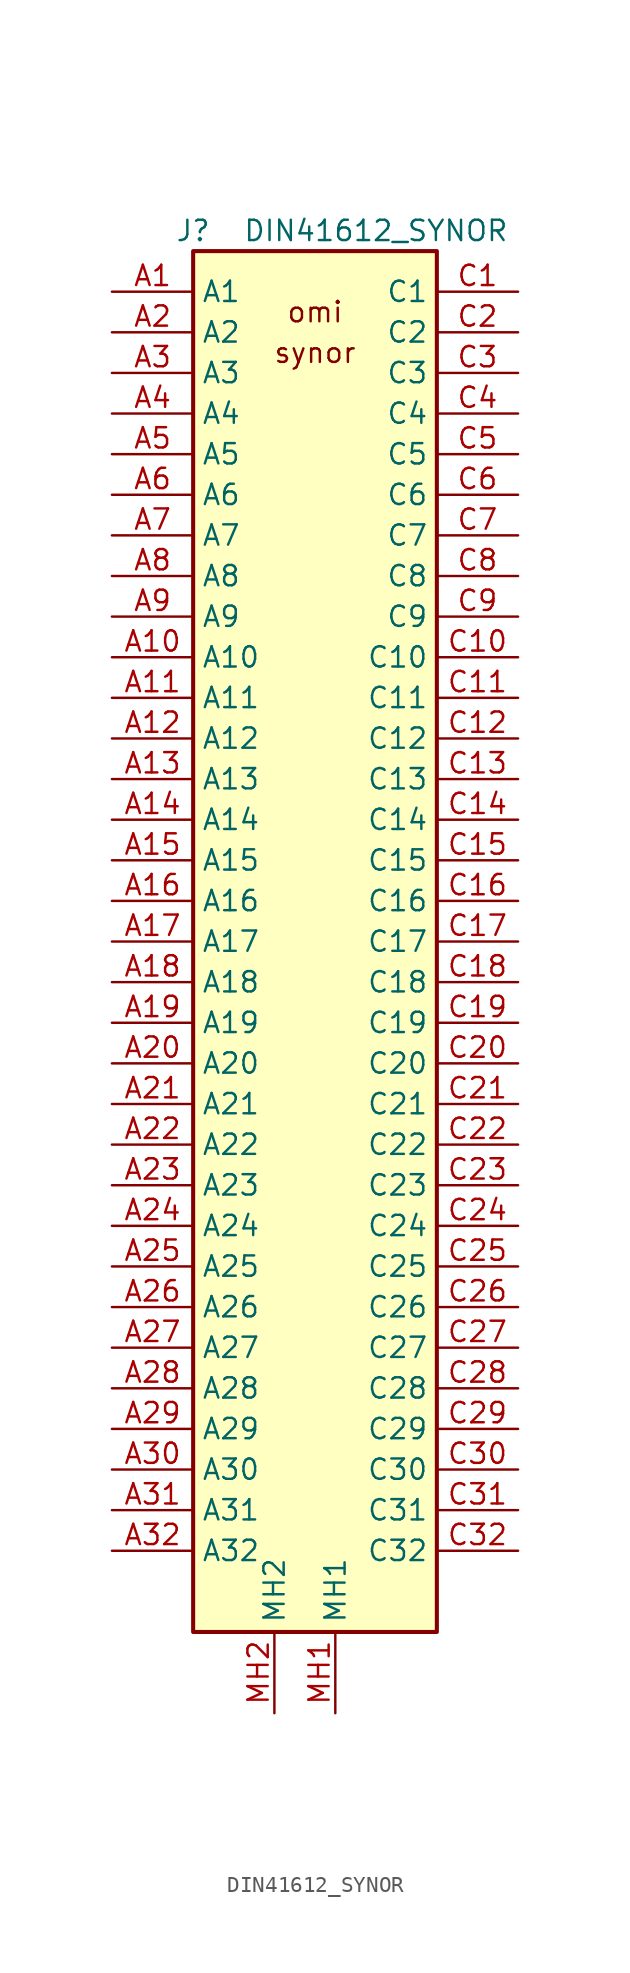
<source format=kicad_sym>
(kicad_symbol_lib
  (version 20220914)
  (generator kicad_symbol_editor)
  (symbol "DIN41612_SYNOR"
    (property "Reference" "J"
      (at 5.08 3.81 0)
      (effects (font (size 1.27 1.27))))
    (property "Value" "DIN41612_SYNOR"
      (at 16.51 3.81 0)
      (effects (font (size 1.27 1.27))))
    (symbol "DIN41612_SYNOR_1_1"
      (rectangle (start 5.08 2.54) (end 20.32 -83.82) (stroke (width 0.254) (type default)) (fill (type background)))
      (text "omi" (at 12.7 -1.27 0) (effects (font (size 1.27 1.27))))
      (text "synor" (at 12.7 -3.81 0) (effects (font (size 1.27 1.27))))
      (pin passive line (at 0 0 0) (length 5.08) (name "A1" (effects (font (size 1.27 1.27)))) (number "A1" (effects (font (size 1.27 1.27)))))
      (pin passive line (at 0 -22.86 0) (length 5.08) (name "A10" (effects (font (size 1.27 1.27)))) (number "A10" (effects (font (size 1.27 1.27)))))
      (pin passive line (at 0 -25.4 0) (length 5.08) (name "A11" (effects (font (size 1.27 1.27)))) (number "A11" (effects (font (size 1.27 1.27)))))
      (pin passive line (at 0 -27.94 0) (length 5.08) (name "A12" (effects (font (size 1.27 1.27)))) (number "A12" (effects (font (size 1.27 1.27)))))
      (pin passive line (at 0 -30.48 0) (length 5.08) (name "A13" (effects (font (size 1.27 1.27)))) (number "A13" (effects (font (size 1.27 1.27)))))
      (pin passive line (at 0 -33.02 0) (length 5.08) (name "A14" (effects (font (size 1.27 1.27)))) (number "A14" (effects (font (size 1.27 1.27)))))
      (pin passive line (at 0 -35.56 0) (length 5.08) (name "A15" (effects (font (size 1.27 1.27)))) (number "A15" (effects (font (size 1.27 1.27)))))
      (pin passive line (at 0 -38.1 0) (length 5.08) (name "A16" (effects (font (size 1.27 1.27)))) (number "A16" (effects (font (size 1.27 1.27)))))
      (pin passive line (at 0 -40.64 0) (length 5.08) (name "A17" (effects (font (size 1.27 1.27)))) (number "A17" (effects (font (size 1.27 1.27)))))
      (pin passive line (at 0 -43.18 0) (length 5.08) (name "A18" (effects (font (size 1.27 1.27)))) (number "A18" (effects (font (size 1.27 1.27)))))
      (pin passive line (at 0 -45.72 0) (length 5.08) (name "A19" (effects (font (size 1.27 1.27)))) (number "A19" (effects (font (size 1.27 1.27)))))
      (pin passive line (at 0 -2.54 0) (length 5.08) (name "A2" (effects (font (size 1.27 1.27)))) (number "A2" (effects (font (size 1.27 1.27)))))
      (pin passive line (at 0 -48.26 0) (length 5.08) (name "A20" (effects (font (size 1.27 1.27)))) (number "A20" (effects (font (size 1.27 1.27)))))
      (pin passive line (at 0 -50.8 0) (length 5.08) (name "A21" (effects (font (size 1.27 1.27)))) (number "A21" (effects (font (size 1.27 1.27)))))
      (pin passive line (at 0 -53.34 0) (length 5.08) (name "A22" (effects (font (size 1.27 1.27)))) (number "A22" (effects (font (size 1.27 1.27)))))
      (pin passive line (at 0 -55.88 0) (length 5.08) (name "A23" (effects (font (size 1.27 1.27)))) (number "A23" (effects (font (size 1.27 1.27)))))
      (pin passive line (at 0 -58.42 0) (length 5.08) (name "A24" (effects (font (size 1.27 1.27)))) (number "A24" (effects (font (size 1.27 1.27)))))
      (pin passive line (at 0 -60.96 0) (length 5.08) (name "A25" (effects (font (size 1.27 1.27)))) (number "A25" (effects (font (size 1.27 1.27)))))
      (pin passive line (at 0 -63.5 0) (length 5.08) (name "A26" (effects (font (size 1.27 1.27)))) (number "A26" (effects (font (size 1.27 1.27)))))
      (pin passive line (at 0 -66.04 0) (length 5.08) (name "A27" (effects (font (size 1.27 1.27)))) (number "A27" (effects (font (size 1.27 1.27)))))
      (pin passive line (at 0 -68.58 0) (length 5.08) (name "A28" (effects (font (size 1.27 1.27)))) (number "A28" (effects (font (size 1.27 1.27)))))
      (pin passive line (at 0 -71.12 0) (length 5.08) (name "A29" (effects (font (size 1.27 1.27)))) (number "A29" (effects (font (size 1.27 1.27)))))
      (pin passive line (at 0 -5.08 0) (length 5.08) (name "A3" (effects (font (size 1.27 1.27)))) (number "A3" (effects (font (size 1.27 1.27)))))
      (pin passive line (at 0 -73.66 0) (length 5.08) (name "A30" (effects (font (size 1.27 1.27)))) (number "A30" (effects (font (size 1.27 1.27)))))
      (pin passive line (at 0 -76.2 0) (length 5.08) (name "A31" (effects (font (size 1.27 1.27)))) (number "A31" (effects (font (size 1.27 1.27)))))
      (pin passive line (at 0 -78.74 0) (length 5.08) (name "A32" (effects (font (size 1.27 1.27)))) (number "A32" (effects (font (size 1.27 1.27)))))
      (pin passive line (at 0 -7.62 0) (length 5.08) (name "A4" (effects (font (size 1.27 1.27)))) (number "A4" (effects (font (size 1.27 1.27)))))
      (pin passive line (at 0 -10.16 0) (length 5.08) (name "A5" (effects (font (size 1.27 1.27)))) (number "A5" (effects (font (size 1.27 1.27)))))
      (pin passive line (at 0 -12.7 0) (length 5.08) (name "A6" (effects (font (size 1.27 1.27)))) (number "A6" (effects (font (size 1.27 1.27)))))
      (pin passive line (at 0 -15.24 0) (length 5.08) (name "A7" (effects (font (size 1.27 1.27)))) (number "A7" (effects (font (size 1.27 1.27)))))
      (pin passive line (at 0 -17.78 0) (length 5.08) (name "A8" (effects (font (size 1.27 1.27)))) (number "A8" (effects (font (size 1.27 1.27)))))
      (pin passive line (at 0 -20.32 0) (length 5.08) (name "A9" (effects (font (size 1.27 1.27)))) (number "A9" (effects (font (size 1.27 1.27)))))
      (pin passive line (at 25.4 0 180) (length 5.08) (name "C1" (effects (font (size 1.27 1.27)))) (number "C1" (effects (font (size 1.27 1.27)))))
      (pin passive line (at 25.4 -22.86 180) (length 5.08) (name "C10" (effects (font (size 1.27 1.27)))) (number "C10" (effects (font (size 1.27 1.27)))))
      (pin passive line (at 25.4 -25.4 180) (length 5.08) (name "C11" (effects (font (size 1.27 1.27)))) (number "C11" (effects (font (size 1.27 1.27)))))
      (pin passive line (at 25.4 -27.94 180) (length 5.08) (name "C12" (effects (font (size 1.27 1.27)))) (number "C12" (effects (font (size 1.27 1.27)))))
      (pin passive line (at 25.4 -30.48 180) (length 5.08) (name "C13" (effects (font (size 1.27 1.27)))) (number "C13" (effects (font (size 1.27 1.27)))))
      (pin passive line (at 25.4 -33.02 180) (length 5.08) (name "C14" (effects (font (size 1.27 1.27)))) (number "C14" (effects (font (size 1.27 1.27)))))
      (pin passive line (at 25.4 -35.56 180) (length 5.08) (name "C15" (effects (font (size 1.27 1.27)))) (number "C15" (effects (font (size 1.27 1.27)))))
      (pin passive line (at 25.4 -38.1 180) (length 5.08) (name "C16" (effects (font (size 1.27 1.27)))) (number "C16" (effects (font (size 1.27 1.27)))))
      (pin passive line (at 25.4 -40.64 180) (length 5.08) (name "C17" (effects (font (size 1.27 1.27)))) (number "C17" (effects (font (size 1.27 1.27)))))
      (pin passive line (at 25.4 -43.18 180) (length 5.08) (name "C18" (effects (font (size 1.27 1.27)))) (number "C18" (effects (font (size 1.27 1.27)))))
      (pin passive line (at 25.4 -45.72 180) (length 5.08) (name "C19" (effects (font (size 1.27 1.27)))) (number "C19" (effects (font (size 1.27 1.27)))))
      (pin passive line (at 25.4 -2.54 180) (length 5.08) (name "C2" (effects (font (size 1.27 1.27)))) (number "C2" (effects (font (size 1.27 1.27)))))
      (pin passive line (at 25.4 -48.26 180) (length 5.08) (name "C20" (effects (font (size 1.27 1.27)))) (number "C20" (effects (font (size 1.27 1.27)))))
      (pin passive line (at 25.4 -50.8 180) (length 5.08) (name "C21" (effects (font (size 1.27 1.27)))) (number "C21" (effects (font (size 1.27 1.27)))))
      (pin passive line (at 25.4 -53.34 180) (length 5.08) (name "C22" (effects (font (size 1.27 1.27)))) (number "C22" (effects (font (size 1.27 1.27)))))
      (pin passive line (at 25.4 -55.88 180) (length 5.08) (name "C23" (effects (font (size 1.27 1.27)))) (number "C23" (effects (font (size 1.27 1.27)))))
      (pin passive line (at 25.4 -58.42 180) (length 5.08) (name "C24" (effects (font (size 1.27 1.27)))) (number "C24" (effects (font (size 1.27 1.27)))))
      (pin passive line (at 25.4 -60.96 180) (length 5.08) (name "C25" (effects (font (size 1.27 1.27)))) (number "C25" (effects (font (size 1.27 1.27)))))
      (pin passive line (at 25.4 -63.5 180) (length 5.08) (name "C26" (effects (font (size 1.27 1.27)))) (number "C26" (effects (font (size 1.27 1.27)))))
      (pin passive line (at 25.4 -66.04 180) (length 5.08) (name "C27" (effects (font (size 1.27 1.27)))) (number "C27" (effects (font (size 1.27 1.27)))))
      (pin passive line (at 25.4 -68.58 180) (length 5.08) (name "C28" (effects (font (size 1.27 1.27)))) (number "C28" (effects (font (size 1.27 1.27)))))
      (pin passive line (at 25.4 -71.12 180) (length 5.08) (name "C29" (effects (font (size 1.27 1.27)))) (number "C29" (effects (font (size 1.27 1.27)))))
      (pin passive line (at 25.4 -5.08 180) (length 5.08) (name "C3" (effects (font (size 1.27 1.27)))) (number "C3" (effects (font (size 1.27 1.27)))))
      (pin passive line (at 25.4 -73.66 180) (length 5.08) (name "C30" (effects (font (size 1.27 1.27)))) (number "C30" (effects (font (size 1.27 1.27)))))
      (pin passive line (at 25.4 -76.2 180) (length 5.08) (name "C31" (effects (font (size 1.27 1.27)))) (number "C31" (effects (font (size 1.27 1.27)))))
      (pin passive line (at 25.4 -78.74 180) (length 5.08) (name "C32" (effects (font (size 1.27 1.27)))) (number "C32" (effects (font (size 1.27 1.27)))))
      (pin passive line (at 25.4 -7.62 180) (length 5.08) (name "C4" (effects (font (size 1.27 1.27)))) (number "C4" (effects (font (size 1.27 1.27)))))
      (pin passive line (at 25.4 -10.16 180) (length 5.08) (name "C5" (effects (font (size 1.27 1.27)))) (number "C5" (effects (font (size 1.27 1.27)))))
      (pin passive line (at 25.4 -12.7 180) (length 5.08) (name "C6" (effects (font (size 1.27 1.27)))) (number "C6" (effects (font (size 1.27 1.27)))))
      (pin passive line (at 25.4 -15.24 180) (length 5.08) (name "C7" (effects (font (size 1.27 1.27)))) (number "C7" (effects (font (size 1.27 1.27)))))
      (pin passive line (at 25.4 -17.78 180) (length 5.08) (name "C8" (effects (font (size 1.27 1.27)))) (number "C8" (effects (font (size 1.27 1.27)))))
      (pin passive line (at 25.4 -20.32 180) (length 5.08) (name "C9" (effects (font (size 1.27 1.27)))) (number "C9" (effects (font (size 1.27 1.27)))))
      (pin passive line (at 13.97 -88.9 90) (length 5.08) (name "MH1" (effects (font (size 1.27 1.27)))) (number "MH1" (effects (font (size 1.27 1.27)))))
      (pin passive line (at 10.16 -88.9 90) (length 5.08) (name "MH2" (effects (font (size 1.27 1.27)))) (number "MH2" (effects (font (size 1.27 1.27))))))))
</source>
